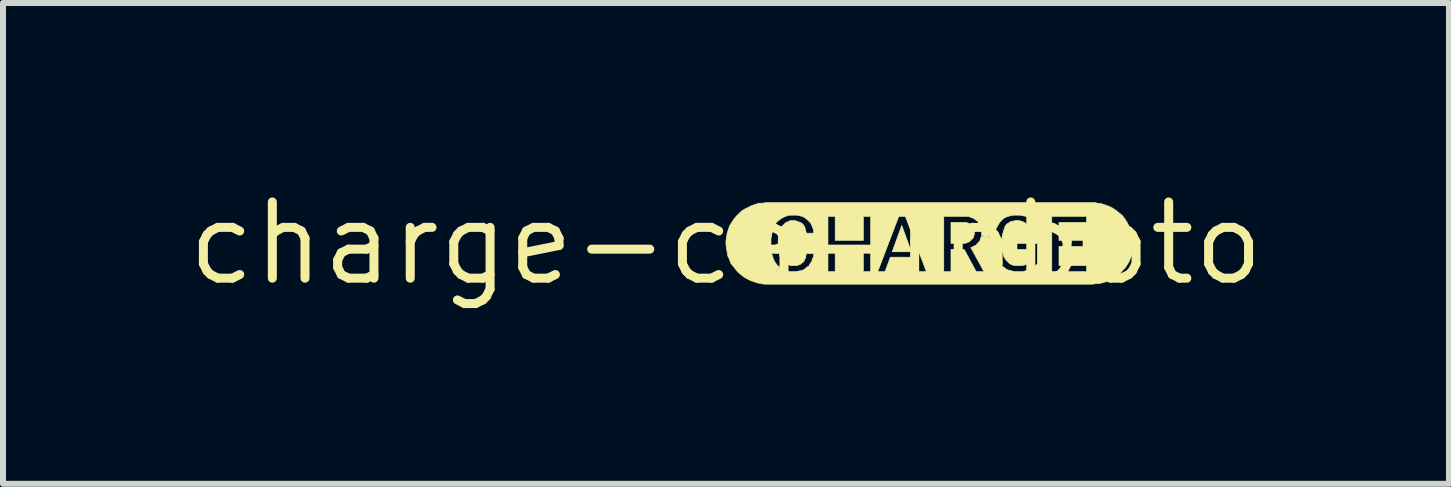
<source format=kicad_pcb>
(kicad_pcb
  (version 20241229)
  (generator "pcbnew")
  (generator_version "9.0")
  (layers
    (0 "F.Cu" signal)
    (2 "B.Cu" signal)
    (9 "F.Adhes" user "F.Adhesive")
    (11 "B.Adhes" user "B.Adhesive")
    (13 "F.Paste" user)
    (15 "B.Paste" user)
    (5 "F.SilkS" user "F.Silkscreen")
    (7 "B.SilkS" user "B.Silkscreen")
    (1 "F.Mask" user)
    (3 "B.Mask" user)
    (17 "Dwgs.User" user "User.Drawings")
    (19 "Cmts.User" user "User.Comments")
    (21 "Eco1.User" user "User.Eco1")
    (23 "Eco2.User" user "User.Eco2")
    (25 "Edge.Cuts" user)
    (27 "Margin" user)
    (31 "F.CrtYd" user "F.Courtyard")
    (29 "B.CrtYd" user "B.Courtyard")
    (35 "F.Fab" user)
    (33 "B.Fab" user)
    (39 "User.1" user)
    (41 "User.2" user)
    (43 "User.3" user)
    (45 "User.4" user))
  (footprint "charge-ca-roboto"
    (layer "F.Cu")
    (at 9.048 1.006)
    (property "Reference" "charge-ca-roboto" (at 0 0 0) (layer "F.SilkS") (effects (font (size 1.27 1.27) (thickness 0.15))))
    (attr board_only exclude_from_pos_files exclude_from_bom)
    (fp_poly (pts (xy 2.77 0.14) (xy 3.09 0.14) (xy 2.93 -0.3) (xy 2.77 0.14)) (stroke (width 0.01) (type solid)) (fill yes) (layer "F.SilkS"))
    (fp_poly (pts (xy 3.75 0) (xy 3.95 0) (xy 3.98 0) (xy 4.01 -0.01) (xy 4.04 -0.02) (xy 4.06 -0.03) (xy 4.08 -0.05) (xy 4.1 -0.07) (xy 4.12 -0.09) (xy 4.13 -0.12) (xy 4.14 -0.15) (xy 4.14 -0.2) (xy 4.13 -0.23) (xy 4.12 -0.26) (xy 4.1 -0.29) (xy 4.08 -0.31) (xy 4.06 -0.33) (xy 4.03 -0.34) (xy 3.99 -0.35) (xy 3.94 -0.35) (xy 3.75 -0.35) (xy 3.75 0)) (stroke (width 0.01) (type solid)) (fill yes) (layer "F.SilkS"))
    (fp_poly (pts (xy 0.68 -0.68) (xy 0.61 -0.67) (xy 0.55 -0.67) (xy 0.49 -0.65) (xy 0.43 -0.63) (xy 0.37 -0.6) (xy 0.31 -0.57) (xy 0.26 -0.54) (xy 0.21 -0.49) (xy 0.17 -0.45) (xy 0.13 -0.4) (xy 0.09 -0.34) (xy 0.06 -0.29) (xy 0.04 -0.23) (xy 0.02 -0.17) (xy 0.01 -0.11) (xy 0 -0.04) (xy 0 0.02) (xy 0.01 0.09) (xy 0.02 0.15) (xy 0.03 0.21) (xy 0.06 0.27) (xy 0.08 0.33) (xy 0.12 0.38) (xy 0.16 0.43) (xy 0.2 0.48) (xy 0.25 0.52) (xy 0.3 0.56) (xy 0.35 0.59) (xy 0.41 0.62) (xy 0.47 0.64) (xy 0.53 0.66) (xy 0.59 0.67) (xy 0.64 0.68) (xy 0.68 0.68) (xy 0.89 0.39) (xy 0.86 0.37) (xy 0.83 0.33) (xy 0.81 0.3) (xy 0.79 0.26) (xy 0.78 0.22) (xy 0.76 0.17) (xy 0.76 0.13) (xy 0.75 0.08) (xy 0.75 -0.08) (xy 0.76 -0.13) (xy 0.77 -0.18) (xy 0.78 -0.23) (xy 0.8 -0.28) (xy 0.82 -0.32) (xy 0.85 -0.36) (xy 0.89 -0.39) (xy 0.93 -0.42) (xy 0.97 -0.44) (xy 1.02 -0.46) (xy 1.07 -0.47) (xy 1.12 -0.47) (xy 1.18 -0.47) (xy 1.23 -0.46) (xy 1.27 -0.45) (xy 1.31 -0.43) (xy 1.35 -0.4) (xy 1.38 -0.37) (xy 1.41 -0.34) (xy 1.43 -0.3) (xy 1.7 -0.45) (xy 1.82 -0.45) (xy 1.82 -0.05) (xy 2.29 -0.05) (xy 2.29 -0.45) (xy 2.41 -0.45) (xy 2.41 0.47) (xy 2.53 0.47) (xy 2.88 -0.45) (xy 2.99 -0.45) (xy 3.34 0.47) (xy 3.63 0.47) (xy 3.63 -0.45) (xy 3.95 -0.45) (xy 3.99 -0.45) (xy 4.04 -0.45) (xy 4.09 -0.43) (xy 4.12 -0.42) (xy 4.14 -0.41) (xy 4.16 -0.39) (xy 4.18 -0.38) (xy 4.2 -0.36) (xy 4.21 -0.34) (xy 4.23 -0.32) (xy 4.24 -0.29) (xy 4.25 -0.26) (xy 4.26 -0.23) (xy 4.26 -0.19) (xy 4.26 -0.16) (xy 4.26 -0.13) (xy 4.47 -0.1) (xy 4.48 -0.14) (xy 4.49 -0.19) (xy 4.5 -0.24) (xy 4.52 -0.28) (xy 4.54 -0.31) (xy 4.56 -0.35) (xy 4.59 -0.38) (xy 4.62 -0.41) (xy 4.65 -0.43) (xy 4.7 -0.45) (xy 4.74 -0.46) (xy 4.79 -0.47) (xy 4.84 -0.47) (xy 4.9 -0.47) (xy 4.95 -0.46) (xy 5 -0.45) (xy 5.04 -0.43) (xy 5.07 -0.41) (xy 5.1 -0.38) (xy 5.13 -0.35) (xy 5.15 -0.32) (xy 5.17 -0.28) (xy 5.18 -0.24) (xy 5.19 -0.19) (xy 5.07 -0.19) (xy 5.06 -0.22) (xy 5.05 -0.26) (xy 5.03 -0.28) (xy 5.02 -0.31) (xy 5 -0.33) (xy 4.97 -0.35) (xy 4.95 -0.36) (xy 4.92 -0.37) (xy 4.89 -0.38) (xy 4.86 -0.38) (xy 4.82 -0.38) (xy 4.79 -0.37) (xy 4.76 -0.37) (xy 4.74 -0.36) (xy 4.71 -0.34) (xy 4.69 -0.33) (xy 4.67 -0.31) (xy 4.65 -0.28) (xy 4.64 -0.25) (xy 4.63 -0.22) (xy 4.62 -0.19) (xy 4.61 -0.15) (xy 4.6 -0.11) (xy 4.6 -0.07) (xy 4.6 0.06) (xy 4.6 0.1) (xy 4.61 0.14) (xy 4.62 0.18) (xy 4.63 0.22) (xy 4.65 0.25) (xy 4.67 0.28) (xy 4.7 0.31) (xy 4.73 0.34) (xy 4.77 0.36) (xy 4.81 0.37) (xy 4.85 0.37) (xy 4.93 0.37) (xy 4.98 0.36) (xy 5 0.35) (xy 5.02 0.34) (xy 5.04 0.33) (xy 5.07 0.3) (xy 5.07 0.1) (xy 4.85 0.1) (xy 4.85 0) (xy 5.19 0) (xy 5.19 0.34) (xy 5.16 0.37) (xy 5.13 0.4) (xy 5.1 0.42) (xy 5.06 0.44) (xy 5.01 0.45) (xy 4.96 0.47) (xy 4.91 0.47) (xy 4.85 0.47) (xy 4.81 0.47) (xy 4.77 0.46) (xy 4.73 0.45) (xy 4.69 0.44) (xy 4.66 0.42) (xy 4.62 0.39) (xy 4.59 0.37) (xy 4.57 0.34) (xy 4.54 0.3) (xy 4.52 0.25) (xy 4.5 0.2) (xy 4.48 0.15) (xy 4.48 0.1) (xy 4.47 0.04) (xy 4.47 -0.05) (xy 4.47 -0.09) (xy 4.26 -0.12) (xy 4.25 -0.1) (xy 4.24 -0.07) (xy 4.23 -0.04) (xy 4.21 -0.02) (xy 4.19 0) (xy 4.17 0.03) (xy 4.14 0.04) (xy 4.11 0.06) (xy 4.08 0.07) (xy 4.3 0.47) (xy 4.17 0.47) (xy 3.97 0.1) (xy 3.75 0.1) (xy 3.75 0.47) (xy 3.63 0.47) (xy 3.34 0.47) (xy 3.21 0.47) (xy 3.12 0.23) (xy 2.74 0.23) (xy 2.65 0.47) (xy 2.53 0.47) (xy 2.41 0.47) (xy 2.29 0.47) (xy 2.29 0.05) (xy 1.82 0.05) (xy 1.82 0.47) (xy 1.7 0.47) (xy 1.7 -0.45) (xy 1.43 -0.3) (xy 1.45 -0.25) (xy 1.46 -0.21) (xy 1.46 -0.17) (xy 1.34 -0.17) (xy 1.33 -0.21) (xy 1.32 -0.25) (xy 1.31 -0.28) (xy 1.29 -0.31) (xy 1.27 -0.33) (xy 1.24 -0.35) (xy 1.21 -0.36) (xy 1.18 -0.37) (xy 1.15 -0.38) (xy 1.11 -0.38) (xy 1.08 -0.38) (xy 1.05 -0.37) (xy 1.03 -0.36) (xy 1 -0.35) (xy 0.98 -0.33) (xy 0.96 -0.31) (xy 0.93 -0.28) (xy 0.91 -0.24) (xy 0.9 -0.21) (xy 0.89 -0.16) (xy 0.88 -0.12) (xy 0.87 -0.08) (xy 0.87 0.07) (xy 0.88 0.11) (xy 0.88 0.15) (xy 0.89 0.18) (xy 0.9 0.22) (xy 0.92 0.25) (xy 0.93 0.28) (xy 0.95 0.3) (xy 0.97 0.32) (xy 1 0.34) (xy 1.02 0.35) (xy 1.05 0.36) (xy 1.08 0.37) (xy 1.11 0.37) (xy 1.15 0.37) (xy 1.18 0.37) (xy 1.21 0.36) (xy 1.24 0.35) (xy 1.26 0.33) (xy 1.28 0.32) (xy 1.3 0.3) (xy 1.31 0.27) (xy 1.33 0.24) (xy 1.33 0.21) (xy 1.34 0.17) (xy 1.46 0.17) (xy 1.46 0.22) (xy 1.44 0.26) (xy 1.43 0.3) (xy 1.4 0.34) (xy 1.38 0.38) (xy 1.34 0.4) (xy 1.31 0.43) (xy 1.27 0.45) (xy 1.22 0.46) (xy 1.17 0.47) (xy 1.11 0.47) (xy 1.06 0.47) (xy 1.01 0.46) (xy 0.97 0.44) (xy 0.93 0.42) (xy 0.89 0.4) (xy 0.68 0.68) (xy 6.11 0.68) (xy 6.01 0.47) (xy 5.43 0.47) (xy 5.43 -0.45) (xy 6.01 -0.45) (xy 6.01 -0.35) (xy 5.55 -0.35) (xy 5.55 -0.05) (xy 5.95 -0.05) (xy 5.95 0.05) (xy 5.55 0.05) (xy 5.55 0.37) (xy 6.01 0.37) (xy 6.01 0.47) (xy 6.11 0.68) (xy 6.17 0.67) (xy 6.23 0.67) (xy 6.29 0.65) (xy 6.34 0.64) (xy 6.39 0.61) (xy 6.44 0.59) (xy 6.49 0.56) (xy 6.54 0.52) (xy 6.58 0.49) (xy 6.62 0.44) (xy 6.66 0.4) (xy 6.69 0.35) (xy 6.72 0.3) (xy 6.74 0.25) (xy 6.76 0.2) (xy 6.77 0.14) (xy 6.78 0.08) (xy 6.79 0.02) (xy 6.79 -0.05) (xy 6.78 -0.11) (xy 6.76 -0.18) (xy 6.74 -0.24) (xy 6.71 -0.3) (xy 6.68 -0.36) (xy 6.64 -0.42) (xy 6.6 -0.47) (xy 6.55 -0.51) (xy 6.5 -0.55) (xy 6.44 -0.59) (xy 6.38 -0.62) (xy 6.32 -0.64) (xy 6.26 -0.66) (xy 6.19 -0.67) (xy 6.15 -0.68) (xy 6.11 -0.68) (xy 0.68 -0.68)) (stroke (width 0.01) (type solid)) (fill yes) (layer "F.SilkS")))
  (gr_rect
    (start -3 -3)
    (end 21.097 5.012)
    (stroke (width 0.1) (type default))
    (fill no)
    (layer "Edge.Cuts")))
</source>
